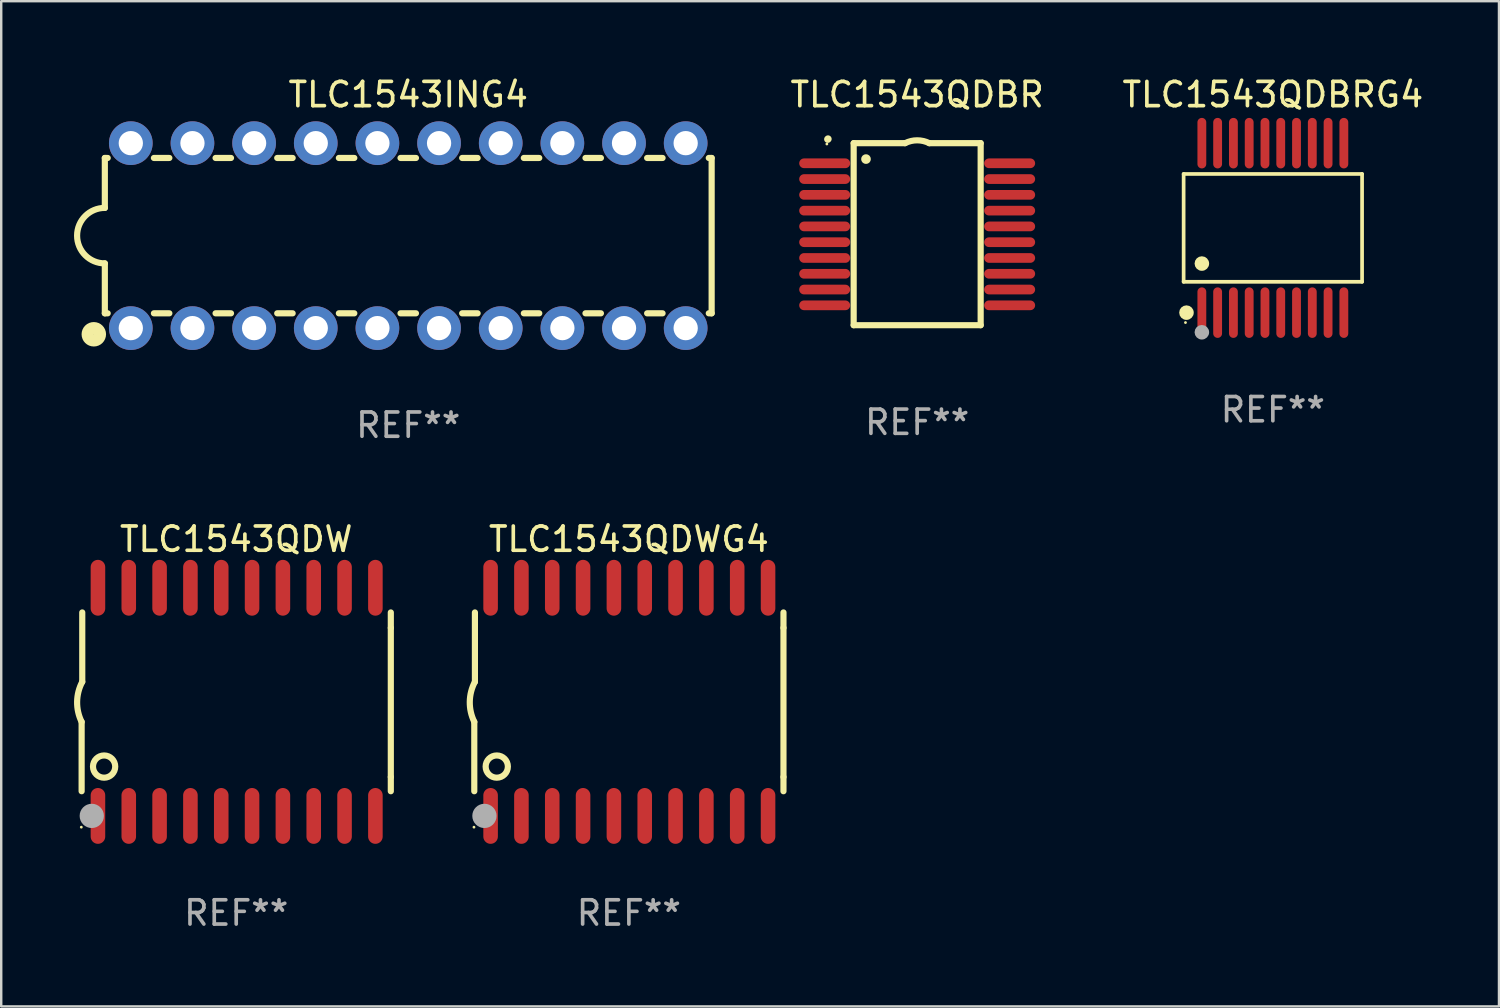
<source format=kicad_pcb>
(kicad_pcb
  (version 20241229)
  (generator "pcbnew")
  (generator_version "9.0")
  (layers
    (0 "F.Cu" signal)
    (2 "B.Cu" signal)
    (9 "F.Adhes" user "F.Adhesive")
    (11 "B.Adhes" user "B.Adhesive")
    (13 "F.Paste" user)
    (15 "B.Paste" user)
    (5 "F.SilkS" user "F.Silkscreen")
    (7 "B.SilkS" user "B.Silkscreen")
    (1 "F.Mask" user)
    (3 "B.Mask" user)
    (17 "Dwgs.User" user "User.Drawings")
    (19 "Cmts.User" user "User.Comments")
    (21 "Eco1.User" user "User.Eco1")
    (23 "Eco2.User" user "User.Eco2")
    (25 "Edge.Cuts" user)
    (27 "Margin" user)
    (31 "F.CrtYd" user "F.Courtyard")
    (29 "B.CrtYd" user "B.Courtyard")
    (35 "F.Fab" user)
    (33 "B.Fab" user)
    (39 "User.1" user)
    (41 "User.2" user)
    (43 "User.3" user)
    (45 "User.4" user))
  (footprint "TLC1543QDW"
    (layer "F.Cu")
    (at 6.682 25.865)
    (property "Reference" "TLC1543QDW" (at 0 -6.7 0) (layer "F.SilkS") (effects (font (size 1 1) (thickness 0.15))))
    (attr through_hole)
    (fp_line (start -6.369 0.826) (end -6.369 3.683) (stroke (width 0.254) (type solid)) (layer "F.SilkS"))
    (fp_line (start -6.343 -0.825) (end -6.343 -3.683) (stroke (width 0.254) (type solid)) (layer "F.SilkS"))
    (fp_line (start 6.369 -3.048) (end 6.369 -3.683) (stroke (width 0.254) (type solid)) (layer "F.SilkS"))
    (fp_line (start 6.369 -3.048) (end 6.369 3.096) (stroke (width 0.254) (type solid)) (layer "F.SilkS"))
    (fp_line (start 6.369 3.096) (end 6.369 3.683) (stroke (width 0.254) (type solid)) (layer "F.SilkS"))
    (fp_arc (start -6.36853 0.825552) (mid -6.554743 -0.00301) (end -6.343129 -0.825451) (stroke (width 0.254001) (type solid)) (layer "F.SilkS"))
    (fp_circle (center -6.382 5.163) (end -6.352 5.163) (stroke (width 0.06) (type solid)) (fill no) (layer "F.SilkS"))
    (fp_circle (center -5.443 2.667) (end -4.985 2.667) (stroke (width 0.254) (type solid)) (fill no) (layer "F.SilkS"))
    (fp_circle (center -5.951 4.699) (end -5.701 4.699) (stroke (width 0.5) (type solid)) (fill no) (layer "F.Fab"))
    (fp_text user "REF**" (at 0 8.7 0) (layer "F.Fab") (effects (font (size 1 1) (thickness 0.15))))
    (pad "1" smd oval (at -5.697 4.7 180) (size 0.6 2.3) (layers "F.Cu" "F.Mask" "F.Paste"))
    (pad "2" smd oval (at -4.427 4.7 180) (size 0.6 2.3) (layers "F.Cu" "F.Mask" "F.Paste"))
    (pad "3" smd oval (at -3.157 4.7 180) (size 0.6 2.3) (layers "F.Cu" "F.Mask" "F.Paste"))
    (pad "4" smd oval (at -1.887 4.7 180) (size 0.6 2.3) (layers "F.Cu" "F.Mask" "F.Paste"))
    (pad "5" smd oval (at -0.617 4.7 180) (size 0.6 2.3) (layers "F.Cu" "F.Mask" "F.Paste"))
    (pad "6" smd oval (at 0.653 4.7 180) (size 0.6 2.3) (layers "F.Cu" "F.Mask" "F.Paste"))
    (pad "7" smd oval (at 1.923 4.7 180) (size 0.6 2.3) (layers "F.Cu" "F.Mask" "F.Paste"))
    (pad "8" smd oval (at 3.193 4.7 180) (size 0.6 2.3) (layers "F.Cu" "F.Mask" "F.Paste"))
    (pad "9" smd oval (at 4.463 4.7 180) (size 0.6 2.3) (layers "F.Cu" "F.Mask" "F.Paste"))
    (pad "10" smd oval (at 5.734 4.7 180) (size 0.6 2.3) (layers "F.Cu" "F.Mask" "F.Paste"))
    (pad "11" smd oval (at 5.734 -4.7 180) (size 0.6 2.3) (layers "F.Cu" "F.Mask" "F.Paste"))
    (pad "12" smd oval (at 4.463 -4.7 180) (size 0.6 2.3) (layers "F.Cu" "F.Mask" "F.Paste"))
    (pad "13" smd oval (at 3.193 -4.7 180) (size 0.6 2.3) (layers "F.Cu" "F.Mask" "F.Paste"))
    (pad "14" smd oval (at 1.923 -4.7 180) (size 0.6 2.3) (layers "F.Cu" "F.Mask" "F.Paste"))
    (pad "15" smd oval (at 0.653 -4.7 180) (size 0.6 2.3) (layers "F.Cu" "F.Mask" "F.Paste"))
    (pad "16" smd oval (at -0.617 -4.7 180) (size 0.6 2.3) (layers "F.Cu" "F.Mask" "F.Paste"))
    (pad "17" smd oval (at -1.887 -4.7 180) (size 0.6 2.3) (layers "F.Cu" "F.Mask" "F.Paste"))
    (pad "18" smd oval (at -3.157 -4.7 180) (size 0.6 2.3) (layers "F.Cu" "F.Mask" "F.Paste"))
    (pad "19" smd oval (at -4.427 -4.7 180) (size 0.6 2.3) (layers "F.Cu" "F.Mask" "F.Paste"))
    (pad "20" smd oval (at -5.697 -4.7 180) (size 0.6 2.3) (layers "F.Cu" "F.Mask" "F.Paste")))
  (footprint "TLC1543QDBRG4"
    (layer "F.Cu")
    (at 49.39 6.339)
    (property "Reference" "TLC1543QDBRG4" (at 0 -5.491 0) (layer "F.SilkS") (effects (font (size 1 1) (thickness 0.15))))
    (attr through_hole)
    (fp_line (start -3.676 -2.221) (end 3.676 -2.221) (stroke (width 0.152) (type solid)) (layer "F.SilkS"))
    (fp_line (start -3.676 2.221) (end -3.676 -2.221) (stroke (width 0.152) (type solid)) (layer "F.SilkS"))
    (fp_line (start 3.676 -2.221) (end 3.676 2.221) (stroke (width 0.152) (type solid)) (layer "F.SilkS"))
    (fp_line (start 3.676 2.221) (end -3.676 2.221) (stroke (width 0.152) (type solid)) (layer "F.SilkS"))
    (fp_circle (center -3.6 3.9) (end -3.57 3.9) (stroke (width 0.06) (type solid)) (fill no) (layer "F.SilkS"))
    (fp_circle (center -3.559 3.491) (end -3.409 3.491) (stroke (width 0.3) (type solid)) (fill no) (layer "F.SilkS"))
    (fp_circle (center -2.925 1.469) (end -2.775 1.469) (stroke (width 0.3) (type solid)) (fill no) (layer "F.SilkS"))
    (fp_circle (center -2.925 4.3) (end -2.775 4.3) (stroke (width 0.3) (type solid)) (fill no) (layer "F.Fab"))
    (fp_text user "REF**" (at 0 7.491 0) (layer "F.Fab") (effects (font (size 1 1) (thickness 0.15))))
    (pad "1" smd oval (at -2.925 3.491) (size 0.364 2.082) (layers "F.Cu" "F.Mask" "F.Paste"))
    (pad "2" smd oval (at -2.275 3.491) (size 0.364 2.082) (layers "F.Cu" "F.Mask" "F.Paste"))
    (pad "3" smd oval (at -1.625 3.491) (size 0.364 2.082) (layers "F.Cu" "F.Mask" "F.Paste"))
    (pad "4" smd oval (at -0.975 3.491) (size 0.364 2.082) (layers "F.Cu" "F.Mask" "F.Paste"))
    (pad "5" smd oval (at -0.325 3.491) (size 0.364 2.082) (layers "F.Cu" "F.Mask" "F.Paste"))
    (pad "6" smd oval (at 0.325 3.491) (size 0.364 2.082) (layers "F.Cu" "F.Mask" "F.Paste"))
    (pad "7" smd oval (at 0.975 3.491) (size 0.364 2.082) (layers "F.Cu" "F.Mask" "F.Paste"))
    (pad "8" smd oval (at 1.625 3.491) (size 0.364 2.082) (layers "F.Cu" "F.Mask" "F.Paste"))
    (pad "9" smd oval (at 2.275 3.491) (size 0.364 2.082) (layers "F.Cu" "F.Mask" "F.Paste"))
    (pad "10" smd oval (at 2.925 3.491) (size 0.364 2.082) (layers "F.Cu" "F.Mask" "F.Paste"))
    (pad "11" smd oval (at 2.925 -3.491) (size 0.364 2.082) (layers "F.Cu" "F.Mask" "F.Paste"))
    (pad "12" smd oval (at 2.275 -3.491) (size 0.364 2.082) (layers "F.Cu" "F.Mask" "F.Paste"))
    (pad "13" smd oval (at 1.625 -3.491) (size 0.364 2.082) (layers "F.Cu" "F.Mask" "F.Paste"))
    (pad "14" smd oval (at 0.975 -3.491) (size 0.364 2.082) (layers "F.Cu" "F.Mask" "F.Paste"))
    (pad "15" smd oval (at 0.325 -3.491) (size 0.364 2.082) (layers "F.Cu" "F.Mask" "F.Paste"))
    (pad "16" smd oval (at -0.325 -3.491) (size 0.364 2.082) (layers "F.Cu" "F.Mask" "F.Paste"))
    (pad "17" smd oval (at -0.975 -3.491) (size 0.364 2.082) (layers "F.Cu" "F.Mask" "F.Paste"))
    (pad "18" smd oval (at -1.625 -3.491) (size 0.364 2.082) (layers "F.Cu" "F.Mask" "F.Paste"))
    (pad "19" smd oval (at -2.275 -3.491) (size 0.364 2.082) (layers "F.Cu" "F.Mask" "F.Paste"))
    (pad "20" smd oval (at -2.925 -3.491) (size 0.364 2.082) (layers "F.Cu" "F.Mask" "F.Paste")))
  (footprint "TLC1543QDWG4"
    (layer "F.Cu")
    (at 22.859 25.865)
    (property "Reference" "TLC1543QDWG4" (at 0 -6.7 0) (layer "F.SilkS") (effects (font (size 1 1) (thickness 0.15))))
    (attr through_hole)
    (fp_line (start -6.369 0.826) (end -6.369 3.683) (stroke (width 0.254) (type solid)) (layer "F.SilkS"))
    (fp_line (start -6.343 -0.825) (end -6.343 -3.683) (stroke (width 0.254) (type solid)) (layer "F.SilkS"))
    (fp_line (start 6.369 -3.048) (end 6.369 -3.683) (stroke (width 0.254) (type solid)) (layer "F.SilkS"))
    (fp_line (start 6.369 -3.048) (end 6.369 3.096) (stroke (width 0.254) (type solid)) (layer "F.SilkS"))
    (fp_line (start 6.369 3.096) (end 6.369 3.683) (stroke (width 0.254) (type solid)) (layer "F.SilkS"))
    (fp_arc (start -6.36853 0.825552) (mid -6.554743 -0.00301) (end -6.343129 -0.825451) (stroke (width 0.254001) (type solid)) (layer "F.SilkS"))
    (fp_circle (center -6.382 5.163) (end -6.352 5.163) (stroke (width 0.06) (type solid)) (fill no) (layer "F.SilkS"))
    (fp_circle (center -5.443 2.667) (end -4.985 2.667) (stroke (width 0.254) (type solid)) (fill no) (layer "F.SilkS"))
    (fp_circle (center -5.951 4.699) (end -5.701 4.699) (stroke (width 0.5) (type solid)) (fill no) (layer "F.Fab"))
    (fp_text user "REF**" (at 0 8.7 0) (layer "F.Fab") (effects (font (size 1 1) (thickness 0.15))))
    (pad "1" smd oval (at -5.697 4.7 180) (size 0.6 2.3) (layers "F.Cu" "F.Mask" "F.Paste"))
    (pad "2" smd oval (at -4.427 4.7 180) (size 0.6 2.3) (layers "F.Cu" "F.Mask" "F.Paste"))
    (pad "3" smd oval (at -3.157 4.7 180) (size 0.6 2.3) (layers "F.Cu" "F.Mask" "F.Paste"))
    (pad "4" smd oval (at -1.887 4.7 180) (size 0.6 2.3) (layers "F.Cu" "F.Mask" "F.Paste"))
    (pad "5" smd oval (at -0.617 4.7 180) (size 0.6 2.3) (layers "F.Cu" "F.Mask" "F.Paste"))
    (pad "6" smd oval (at 0.653 4.7 180) (size 0.6 2.3) (layers "F.Cu" "F.Mask" "F.Paste"))
    (pad "7" smd oval (at 1.923 4.7 180) (size 0.6 2.3) (layers "F.Cu" "F.Mask" "F.Paste"))
    (pad "8" smd oval (at 3.193 4.7 180) (size 0.6 2.3) (layers "F.Cu" "F.Mask" "F.Paste"))
    (pad "9" smd oval (at 4.463 4.7 180) (size 0.6 2.3) (layers "F.Cu" "F.Mask" "F.Paste"))
    (pad "10" smd oval (at 5.734 4.7 180) (size 0.6 2.3) (layers "F.Cu" "F.Mask" "F.Paste"))
    (pad "11" smd oval (at 5.734 -4.7 180) (size 0.6 2.3) (layers "F.Cu" "F.Mask" "F.Paste"))
    (pad "12" smd oval (at 4.463 -4.7 180) (size 0.6 2.3) (layers "F.Cu" "F.Mask" "F.Paste"))
    (pad "13" smd oval (at 3.193 -4.7 180) (size 0.6 2.3) (layers "F.Cu" "F.Mask" "F.Paste"))
    (pad "14" smd oval (at 1.923 -4.7 180) (size 0.6 2.3) (layers "F.Cu" "F.Mask" "F.Paste"))
    (pad "15" smd oval (at 0.653 -4.7 180) (size 0.6 2.3) (layers "F.Cu" "F.Mask" "F.Paste"))
    (pad "16" smd oval (at -0.617 -4.7 180) (size 0.6 2.3) (layers "F.Cu" "F.Mask" "F.Paste"))
    (pad "17" smd oval (at -1.887 -4.7 180) (size 0.6 2.3) (layers "F.Cu" "F.Mask" "F.Paste"))
    (pad "18" smd oval (at -3.157 -4.7 180) (size 0.6 2.3) (layers "F.Cu" "F.Mask" "F.Paste"))
    (pad "19" smd oval (at -4.427 -4.7 180) (size 0.6 2.3) (layers "F.Cu" "F.Mask" "F.Paste"))
    (pad "20" smd oval (at -5.697 -4.7 180) (size 0.6 2.3) (layers "F.Cu" "F.Mask" "F.Paste")))
  (footprint "TLC1543QDBR"
    (layer "F.Cu")
    (at 34.736 6.598)
    (property "Reference" "TLC1543QDBR" (at 0 -5.75 0) (layer "F.SilkS") (effects (font (size 1 1) (thickness 0.15))))
    (attr through_hole)
    (fp_line (start -2.616 -3.75) (end -0.5 -3.75) (stroke (width 0.254) (type solid)) (layer "F.SilkS"))
    (fp_line (start -2.616 3.75) (end -2.616 -3.75) (stroke (width 0.254) (type solid)) (layer "F.SilkS"))
    (fp_line (start 0.5 -3.75) (end 2.616 -3.75) (stroke (width 0.254) (type solid)) (layer "F.SilkS"))
    (fp_line (start 2.616 -3.75) (end 2.616 3.75) (stroke (width 0.254) (type solid)) (layer "F.SilkS"))
    (fp_line (start 2.616 3.75) (end -2.616 3.75) (stroke (width 0.254) (type solid)) (layer "F.SilkS"))
    (fp_arc (start -3.683109 -3.911608) (mid -3.678201 -3.91686) (end -3.672949 -3.921768) (stroke (width 0.3) (type solid)) (layer "F.SilkS"))
    (fp_arc (start -0.500483 -3.749047) (mid -0.000102 -3.867211) (end 0.500279 -3.749047) (stroke (width 0.254001) (type solid)) (layer "F.SilkS"))
    (fp_circle (center -3.72 -3.715) (end -3.69 -3.715) (stroke (width 0.06) (type solid)) (fill no) (layer "F.SilkS"))
    (fp_circle (center -2.108 -3.094) (end -2.008 -3.094) (stroke (width 0.2) (type solid)) (fill no) (layer "F.SilkS"))
    (fp_text user "REF**" (at 0 7.75 0) (layer "F.Fab") (effects (font (size 1 1) (thickness 0.15))))
    (pad "1" smd oval (at -3.81 -2.921 90) (size 0.4 2.1) (layers "F.Cu" "F.Mask" "F.Paste"))
    (pad "2" smd oval (at -3.81 -2.271 90) (size 0.4 2.1) (layers "F.Cu" "F.Mask" "F.Paste"))
    (pad "3" smd oval (at -3.81 -1.621 90) (size 0.4 2.1) (layers "F.Cu" "F.Mask" "F.Paste"))
    (pad "4" smd oval (at -3.81 -0.97 90) (size 0.4 2.1) (layers "F.Cu" "F.Mask" "F.Paste"))
    (pad "5" smd oval (at -3.81 -0.32 90) (size 0.4 2.1) (layers "F.Cu" "F.Mask" "F.Paste"))
    (pad "6" smd oval (at -3.81 0.33 90) (size 0.4 2.1) (layers "F.Cu" "F.Mask" "F.Paste"))
    (pad "7" smd oval (at -3.81 0.98 90) (size 0.4 2.1) (layers "F.Cu" "F.Mask" "F.Paste"))
    (pad "8" smd oval (at -3.81 1.631 90) (size 0.4 2.1) (layers "F.Cu" "F.Mask" "F.Paste"))
    (pad "9" smd oval (at -3.81 2.281 90) (size 0.4 2.1) (layers "F.Cu" "F.Mask" "F.Paste"))
    (pad "10" smd oval (at -3.81 2.931 90) (size 0.4 2.1) (layers "F.Cu" "F.Mask" "F.Paste"))
    (pad "11" smd oval (at 3.81 2.931 90) (size 0.4 2.1) (layers "F.Cu" "F.Mask" "F.Paste"))
    (pad "12" smd oval (at 3.81 2.281 90) (size 0.4 2.1) (layers "F.Cu" "F.Mask" "F.Paste"))
    (pad "13" smd oval (at 3.81 1.631 90) (size 0.4 2.1) (layers "F.Cu" "F.Mask" "F.Paste"))
    (pad "14" smd oval (at 3.81 0.98 90) (size 0.4 2.1) (layers "F.Cu" "F.Mask" "F.Paste"))
    (pad "15" smd oval (at 3.81 0.33 90) (size 0.4 2.1) (layers "F.Cu" "F.Mask" "F.Paste"))
    (pad "16" smd oval (at 3.81 -0.32 90) (size 0.4 2.1) (layers "F.Cu" "F.Mask" "F.Paste"))
    (pad "17" smd oval (at 3.81 -0.97 90) (size 0.4 2.1) (layers "F.Cu" "F.Mask" "F.Paste"))
    (pad "18" smd oval (at 3.81 -1.621 90) (size 0.4 2.1) (layers "F.Cu" "F.Mask" "F.Paste"))
    (pad "19" smd oval (at 3.81 -2.271 90) (size 0.4 2.1) (layers "F.Cu" "F.Mask" "F.Paste"))
    (pad "20" smd oval (at 3.81 -2.921 90) (size 0.4 2.1) (layers "F.Cu" "F.Mask" "F.Paste")))
  (footprint "TLC1543ING4"
    (layer "F.Cu")
    (at 13.769 6.658)
    (property "Reference" "TLC1543ING4" (at 0 -5.81 0) (layer "F.SilkS") (effects (font (size 1 1) (thickness 0.15))))
    (attr through_hole)
    (fp_line (start -12.5 -3.2) (end -12.5 -1.143) (stroke (width 0.254) (type solid)) (layer "F.SilkS"))
    (fp_line (start -12.5 -3.2) (end -12.382 -3.2) (stroke (width 0.254) (type solid)) (layer "F.SilkS"))
    (fp_line (start -12.5 3.2) (end -12.5 1.143) (stroke (width 0.254) (type solid)) (layer "F.SilkS"))
    (fp_line (start -12.5 3.2) (end -12.382 3.2) (stroke (width 0.254) (type solid)) (layer "F.SilkS"))
    (fp_line (start -10.478 -3.2) (end -9.842 -3.2) (stroke (width 0.254) (type solid)) (layer "F.SilkS"))
    (fp_line (start -10.478 3.2) (end -9.842 3.2) (stroke (width 0.254) (type solid)) (layer "F.SilkS"))
    (fp_line (start -7.938 -3.2) (end -7.302 -3.2) (stroke (width 0.254) (type solid)) (layer "F.SilkS"))
    (fp_line (start -7.938 3.2) (end -7.302 3.2) (stroke (width 0.254) (type solid)) (layer "F.SilkS"))
    (fp_line (start -5.398 -3.2) (end -4.762 -3.2) (stroke (width 0.254) (type solid)) (layer "F.SilkS"))
    (fp_line (start -5.398 3.2) (end -4.762 3.2) (stroke (width 0.254) (type solid)) (layer "F.SilkS"))
    (fp_line (start -2.858 -3.2) (end -2.222 -3.2) (stroke (width 0.254) (type solid)) (layer "F.SilkS"))
    (fp_line (start -2.858 3.2) (end -2.222 3.2) (stroke (width 0.254) (type solid)) (layer "F.SilkS"))
    (fp_line (start -0.318 -3.2) (end 0.318 -3.2) (stroke (width 0.254) (type solid)) (layer "F.SilkS"))
    (fp_line (start -0.318 3.2) (end 0.318 3.2) (stroke (width 0.254) (type solid)) (layer "F.SilkS"))
    (fp_line (start 2.222 -3.2) (end 2.858 -3.2) (stroke (width 0.254) (type solid)) (layer "F.SilkS"))
    (fp_line (start 2.222 3.2) (end 2.858 3.2) (stroke (width 0.254) (type solid)) (layer "F.SilkS"))
    (fp_line (start 4.762 -3.2) (end 5.398 -3.2) (stroke (width 0.254) (type solid)) (layer "F.SilkS"))
    (fp_line (start 4.762 3.2) (end 5.398 3.2) (stroke (width 0.254) (type solid)) (layer "F.SilkS"))
    (fp_line (start 7.302 -3.2) (end 7.938 -3.2) (stroke (width 0.254) (type solid)) (layer "F.SilkS"))
    (fp_line (start 7.302 3.2) (end 7.938 3.2) (stroke (width 0.254) (type solid)) (layer "F.SilkS"))
    (fp_line (start 9.842 -3.2) (end 10.478 -3.2) (stroke (width 0.254) (type solid)) (layer "F.SilkS"))
    (fp_line (start 9.842 3.2) (end 10.478 3.2) (stroke (width 0.254) (type solid)) (layer "F.SilkS"))
    (fp_line (start 12.382 -3.2) (end 12.5 -3.2) (stroke (width 0.254) (type solid)) (layer "F.SilkS"))
    (fp_line (start 12.382 3.2) (end 12.5 3.2) (stroke (width 0.254) (type solid)) (layer "F.SilkS"))
    (fp_line (start 12.5 -3.2) (end 12.5 3.2) (stroke (width 0.254) (type solid)) (layer "F.SilkS"))
    (fp_arc (start -12.500025 1.143002) (mid -13.642367 -0.00033) (end -12.499365 -1.143002) (stroke (width 0.254001) (type solid)) (layer "F.SilkS"))
    (fp_circle (center -12.954 4.064) (end -12.7 4.064) (stroke (width 0.5) (type solid)) (fill no) (layer "F.SilkS"))
    (fp_text user "REF**" (at 0 7.81 0) (layer "F.Fab") (effects (font (size 1 1) (thickness 0.15))))
    (pad "1" thru_hole circle (at -11.43 3.81) (size 1.8 1.8) (drill 1) (layers "*.Cu" "*.Mask"))
    (pad "2" thru_hole circle (at -8.89 3.81) (size 1.8 1.8) (drill 1) (layers "*.Cu" "*.Mask"))
    (pad "3" thru_hole circle (at -6.35 3.81) (size 1.8 1.8) (drill 1) (layers "*.Cu" "*.Mask"))
    (pad "4" thru_hole circle (at -3.81 3.81) (size 1.8 1.8) (drill 1) (layers "*.Cu" "*.Mask"))
    (pad "5" thru_hole circle (at -1.27 3.81) (size 1.8 1.8) (drill 1) (layers "*.Cu" "*.Mask"))
    (pad "6" thru_hole circle (at 1.27 3.81) (size 1.8 1.8) (drill 1) (layers "*.Cu" "*.Mask"))
    (pad "7" thru_hole circle (at 3.81 3.81) (size 1.8 1.8) (drill 1) (layers "*.Cu" "*.Mask"))
    (pad "8" thru_hole circle (at 6.35 3.81) (size 1.8 1.8) (drill 1) (layers "*.Cu" "*.Mask"))
    (pad "9" thru_hole circle (at 8.89 3.81) (size 1.8 1.8) (drill 1) (layers "*.Cu" "*.Mask"))
    (pad "10" thru_hole circle (at 11.43 3.81) (size 1.8 1.8) (drill 1) (layers "*.Cu" "*.Mask"))
    (pad "11" thru_hole circle (at 11.43 -3.81) (size 1.8 1.8) (drill 1) (layers "*.Cu" "*.Mask"))
    (pad "12" thru_hole circle (at 8.89 -3.81) (size 1.8 1.8) (drill 1) (layers "*.Cu" "*.Mask"))
    (pad "13" thru_hole circle (at 6.35 -3.81) (size 1.8 1.8) (drill 1) (layers "*.Cu" "*.Mask"))
    (pad "14" thru_hole circle (at 3.81 -3.81) (size 1.8 1.8) (drill 1) (layers "*.Cu" "*.Mask"))
    (pad "15" thru_hole circle (at 1.27 -3.81) (size 1.8 1.8) (drill 1) (layers "*.Cu" "*.Mask"))
    (pad "16" thru_hole circle (at -1.27 -3.81) (size 1.8 1.8) (drill 1) (layers "*.Cu" "*.Mask"))
    (pad "17" thru_hole circle (at -3.81 -3.81) (size 1.8 1.8) (drill 1) (layers "*.Cu" "*.Mask"))
    (pad "18" thru_hole circle (at -6.35 -3.81) (size 1.8 1.8) (drill 1) (layers "*.Cu" "*.Mask"))
    (pad "19" thru_hole circle (at -8.89 -3.81) (size 1.8 1.8) (drill 1) (layers "*.Cu" "*.Mask"))
    (pad "20" thru_hole circle (at -11.43 -3.81) (size 1.8 1.8) (drill 1) (layers "*.Cu" "*.Mask")))
  (gr_rect
    (start -3 -3)
    (end 58.706 38.413)
    (stroke (width 0.1) (type default))
    (fill no)
    (layer "Edge.Cuts")))
</source>
